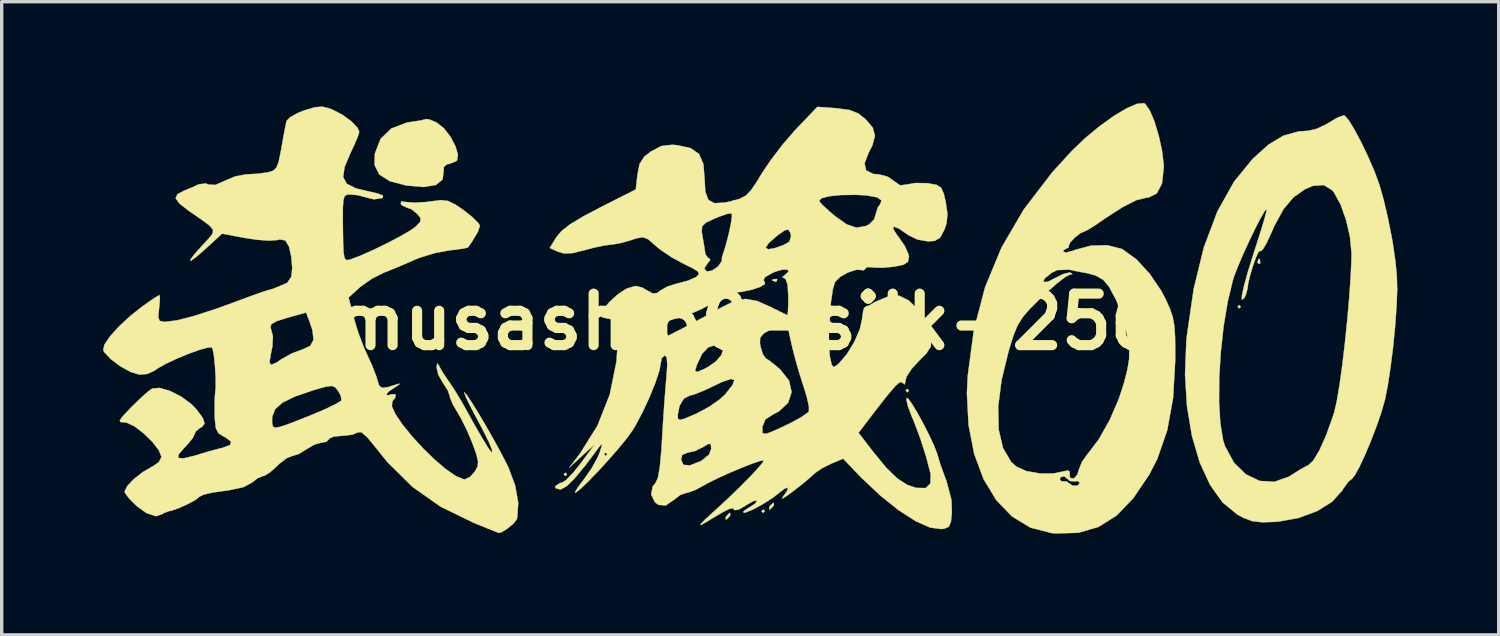
<source format=kicad_pcb>
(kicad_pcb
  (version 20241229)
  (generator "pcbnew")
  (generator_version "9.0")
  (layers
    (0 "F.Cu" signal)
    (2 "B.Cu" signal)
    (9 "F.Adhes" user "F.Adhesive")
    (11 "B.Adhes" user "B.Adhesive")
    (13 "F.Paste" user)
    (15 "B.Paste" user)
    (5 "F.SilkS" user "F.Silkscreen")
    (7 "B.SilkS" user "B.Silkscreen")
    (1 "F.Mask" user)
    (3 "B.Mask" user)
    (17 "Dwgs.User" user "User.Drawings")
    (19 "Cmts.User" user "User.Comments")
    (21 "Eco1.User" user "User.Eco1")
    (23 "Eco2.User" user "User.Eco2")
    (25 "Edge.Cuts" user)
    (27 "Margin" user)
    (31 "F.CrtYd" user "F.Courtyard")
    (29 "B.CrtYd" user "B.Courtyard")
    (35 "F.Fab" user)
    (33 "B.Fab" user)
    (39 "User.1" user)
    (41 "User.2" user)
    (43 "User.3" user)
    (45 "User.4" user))
  (footprint "musashi60-silk-256"
    (layer "F.Cu")
    (at 19.093 6.476)
    (property "Reference" "musashi60-silk-256" (at 0 0 0) (layer "F.SilkS") (effects (font (size 1.524 1.524) (thickness 0.3))))
    (attr through_hole)
    (fp_poly (pts (xy -5.358 4.514) (xy -5.407 4.564) (xy -5.457 4.514) (xy -5.407 4.465) (xy -5.358 4.514)) (stroke (width 0.01) (type solid)) (fill yes) (layer "F.SilkS"))
    (fp_poly (pts (xy 0.496 5.606) (xy 0.446 5.655) (xy 0.397 5.606) (xy 0.446 5.556) (xy 0.496 5.606)) (stroke (width 0.01) (type solid)) (fill yes) (layer "F.SilkS"))
    (fp_poly (pts (xy 4.763 2.034) (xy 4.713 2.084) (xy 4.663 2.034) (xy 4.713 1.984) (xy 4.763 2.034)) (stroke (width 0.01) (type solid)) (fill yes) (layer "F.SilkS"))
    (fp_poly (pts (xy 14.585 -0.446) (xy 14.536 -0.397) (xy 14.486 -0.446) (xy 14.536 -0.496) (xy 14.585 -0.446)) (stroke (width 0.01) (type solid)) (fill yes) (layer "F.SilkS"))
    (fp_poly (pts (xy 0.86 -1.257) (xy 0.846 -1.198) (xy 0.794 -1.191) (xy 0.712 -1.227) (xy 0.728 -1.257) (xy 0.845 -1.269) (xy 0.86 -1.257)) (stroke (width 0.01) (type solid)) (fill yes) (layer "F.SilkS"))
    (fp_poly (pts (xy 15.147 -1.852) (xy 15.159 -1.734) (xy 15.147 -1.72) (xy 15.088 -1.733) (xy 15.081 -1.786) (xy 15.118 -1.868) (xy 15.147 -1.852)) (stroke (width 0.01) (type solid)) (fill yes) (layer "F.SilkS"))
    (fp_poly (pts (xy -0.527 5.72) (xy -0.546 5.755) (xy -0.639 5.849) (xy -0.657 5.854) (xy -0.663 5.79) (xy -0.645 5.755) (xy -0.551 5.66) (xy -0.534 5.655) (xy -0.527 5.72)) (stroke (width 0.01) (type solid)) (fill yes) (layer "F.SilkS"))
    (fp_poly (pts (xy 0.763 5.422) (xy 0.744 5.457) (xy 0.651 5.552) (xy 0.633 5.556) (xy 0.626 5.492) (xy 0.645 5.457) (xy 0.738 5.362) (xy 0.756 5.358) (xy 0.763 5.422)) (stroke (width 0.01) (type solid)) (fill yes) (layer "F.SilkS"))
    (fp_poly (pts (xy -9.435 -5.991) (xy -9.232 -5.906) (xy -9.214 -5.897) (xy -9.003 -5.729) (xy -8.811 -5.481) (xy -8.664 -5.204) (xy -8.589 -4.954) (xy -8.613 -4.782) (xy -8.641 -4.755) (xy -8.842 -4.674) (xy -8.911 -4.665) (xy -9.005 -4.584) (xy -9.01 -4.48) (xy -9.042 -4.214) (xy -9.24 -4.051) (xy -9.602 -3.991) (xy -10.12 -4.036) (xy -10.607 -4.164) (xy -10.916 -4.361) (xy -11.057 -4.641) (xy -11.048 -4.978) (xy -10.878 -5.416) (xy -10.559 -5.724) (xy -10.096 -5.899) (xy -9.926 -5.925) (xy -9.685 -5.961) (xy -9.547 -5.999) (xy -9.541 -6.003) (xy -9.435 -5.991)) (stroke (width 0.01) (type solid)) (fill yes) (layer "F.SilkS"))
    (fp_poly (pts (xy 17.66 -6.103) (xy 17.781 -5.963) (xy 17.953 -5.683) (xy 18.151 -5.309) (xy 18.354 -4.886) (xy 18.539 -4.458) (xy 18.682 -4.071) (xy 18.686 -4.06) (xy 18.808 -3.631) (xy 18.935 -3.092) (xy 19.047 -2.53) (xy 19.094 -2.256) (xy 19.163 -1.768) (xy 19.203 -1.352) (xy 19.213 -0.941) (xy 19.195 -0.47) (xy 19.152 0.127) (xy 19.148 0.175) (xy 19.09 0.76) (xy 19.015 1.353) (xy 18.934 1.886) (xy 18.855 2.291) (xy 18.852 2.301) (xy 18.751 2.659) (xy 18.608 3.076) (xy 18.44 3.514) (xy 18.264 3.932) (xy 18.098 4.289) (xy 17.958 4.545) (xy 17.862 4.661) (xy 17.851 4.663) (xy 17.76 4.741) (xy 17.622 4.933) (xy 17.582 4.998) (xy 17.288 5.325) (xy 16.845 5.601) (xy 16.298 5.804) (xy 15.694 5.914) (xy 15.598 5.921) (xy 15.204 5.933) (xy 14.922 5.899) (xy 14.666 5.803) (xy 14.482 5.704) (xy 14.046 5.347) (xy 13.673 4.825) (xy 13.367 4.16) (xy 13.138 3.378) (xy 12.991 2.503) (xy 12.983 2.378) (xy 13.941 2.378) (xy 13.978 3.006) (xy 14.061 3.503) (xy 14.116 3.681) (xy 14.383 4.169) (xy 14.736 4.516) (xy 15.145 4.709) (xy 15.58 4.734) (xy 16.013 4.58) (xy 16.084 4.534) (xy 16.339 4.373) (xy 16.546 4.26) (xy 16.579 4.246) (xy 16.731 4.104) (xy 16.912 3.8) (xy 17.106 3.367) (xy 17.297 2.837) (xy 17.355 2.653) (xy 17.427 2.339) (xy 17.506 1.868) (xy 17.587 1.284) (xy 17.665 0.629) (xy 17.735 -0.055) (xy 17.794 -0.726) (xy 17.837 -1.342) (xy 17.859 -1.86) (xy 17.861 -2.034) (xy 17.817 -2.506) (xy 17.702 -3.008) (xy 17.538 -3.471) (xy 17.346 -3.824) (xy 17.29 -3.894) (xy 17.042 -4.048) (xy 16.722 -4.026) (xy 16.49 -3.929) (xy 16.144 -3.688) (xy 15.85 -3.339) (xy 15.58 -2.844) (xy 15.487 -2.634) (xy 15.347 -2.331) (xy 15.232 -2.138) (xy 15.164 -2.088) (xy 15.158 -2.098) (xy 15.114 -2.077) (xy 15.038 -1.917) (xy 14.949 -1.672) (xy 14.865 -1.396) (xy 14.803 -1.141) (xy 14.782 -0.977) (xy 14.727 -0.783) (xy 14.677 -0.695) (xy 14.616 -0.651) (xy 14.617 -0.778) (xy 14.678 -1.059) (xy 14.793 -1.477) (xy 14.96 -2.018) (xy 15.043 -2.272) (xy 15.177 -2.691) (xy 15.28 -3.034) (xy 15.341 -3.262) (xy 15.35 -3.336) (xy 15.29 -3.276) (xy 15.172 -3.074) (xy 15.015 -2.771) (xy 14.84 -2.407) (xy 14.664 -2.024) (xy 14.508 -1.661) (xy 14.391 -1.36) (xy 14.352 -1.24) (xy 14.196 -0.594) (xy 14.075 0.134) (xy 13.991 0.9) (xy 13.945 1.662) (xy 13.941 2.378) (xy 12.983 2.378) (xy 12.933 1.559) (xy 12.972 0.571) (xy 12.987 0.416) (xy 13.191 -0.982) (xy 13.491 -2.207) (xy 13.889 -3.263) (xy 14.385 -4.15) (xy 14.938 -4.827) (xy 15.409 -5.249) (xy 15.847 -5.512) (xy 16.297 -5.636) (xy 16.58 -5.655) (xy 16.824 -5.711) (xy 17.118 -5.849) (xy 17.207 -5.905) (xy 17.446 -6.045) (xy 17.621 -6.107) (xy 17.66 -6.103)) (stroke (width 0.01) (type solid)) (fill yes) (layer "F.SilkS"))
    (fp_poly (pts (xy 11.756 -6.45) (xy 11.892 -6.254) (xy 12.032 -5.919) (xy 12.157 -5.502) (xy 12.253 -5.063) (xy 12.301 -4.659) (xy 12.303 -4.56) (xy 12.252 -4.096) (xy 12.099 -3.801) (xy 11.844 -3.676) (xy 11.769 -3.671) (xy 11.493 -3.602) (xy 11.09 -3.398) (xy 10.574 -3.066) (xy 10.501 -3.015) (xy 10.235 -2.834) (xy 10.037 -2.713) (xy 9.963 -2.679) (xy 9.834 -2.623) (xy 9.669 -2.493) (xy 9.534 -2.349) (xy 9.491 -2.251) (xy 9.495 -2.246) (xy 9.482 -2.188) (xy 9.442 -2.183) (xy 9.333 -2.116) (xy 9.327 -2.082) (xy 9.407 -2.05) (xy 9.616 -2.104) (xy 9.686 -2.132) (xy 10.157 -2.257) (xy 10.641 -2.266) (xy 11.057 -2.159) (xy 11.093 -2.141) (xy 11.486 -1.856) (xy 11.879 -1.432) (xy 12.225 -0.926) (xy 12.372 -0.645) (xy 12.492 -0.374) (xy 12.571 -0.137) (xy 12.617 0.118) (xy 12.639 0.445) (xy 12.644 0.895) (xy 12.643 1.141) (xy 12.581 2.251) (xy 12.405 3.216) (xy 12.112 4.06) (xy 11.875 4.52) (xy 11.402 5.221) (xy 10.907 5.734) (xy 10.371 6.071) (xy 9.775 6.244) (xy 9.1 6.263) (xy 8.979 6.252) (xy 8.357 6.092) (xy 7.809 5.76) (xy 7.343 5.274) (xy 6.978 4.669) (xy 9.227 4.669) (xy 9.287 4.73) (xy 9.32 4.717) (xy 9.447 4.73) (xy 9.474 4.761) (xy 9.6 4.847) (xy 9.749 4.85) (xy 9.823 4.767) (xy 9.823 4.766) (xy 9.751 4.709) (xy 9.684 4.723) (xy 9.523 4.712) (xy 9.48 4.67) (xy 9.357 4.572) (xy 9.249 4.599) (xy 9.227 4.669) (xy 6.978 4.669) (xy 6.967 4.651) (xy 6.692 3.906) (xy 6.526 3.057) (xy 6.497 2.512) (xy 7.402 2.512) (xy 7.417 3.188) (xy 7.547 3.738) (xy 7.788 4.147) (xy 7.941 4.286) (xy 8.237 4.418) (xy 8.634 4.488) (xy 9.041 4.488) (xy 9.304 4.432) (xy 9.469 4.399) (xy 9.516 4.433) (xy 9.526 4.617) (xy 9.64 4.642) (xy 9.745 4.524) (xy 9.789 4.381) (xy 9.881 4.145) (xy 10.028 3.94) (xy 10.371 3.491) (xy 10.699 2.914) (xy 10.975 2.276) (xy 11.12 1.832) (xy 11.228 1.411) (xy 11.279 1.099) (xy 11.28 0.818) (xy 11.234 0.489) (xy 11.218 0.397) (xy 11.084 -0.145) (xy 10.897 -0.643) (xy 10.681 -1.042) (xy 10.516 -1.241) (xy 10.297 -1.367) (xy 10.063 -1.435) (xy 9.739 -1.494) (xy 9.5 -1.546) (xy 9.151 -1.531) (xy 8.979 -1.448) (xy 8.773 -1.278) (xy 8.741 -1.179) (xy 8.864 -1.183) (xy 9.079 -1.29) (xy 9.325 -1.414) (xy 9.515 -1.46) (xy 9.55 -1.455) (xy 9.6 -1.41) (xy 9.522 -1.397) (xy 9.389 -1.328) (xy 9.155 -1.148) (xy 8.86 -0.89) (xy 8.676 -0.717) (xy 8.348 -0.392) (xy 8.128 -0.138) (xy 7.976 0.107) (xy 7.854 0.406) (xy 7.724 0.823) (xy 7.717 0.846) (xy 7.502 1.726) (xy 7.402 2.512) (xy 6.497 2.512) (xy 6.477 2.12) (xy 6.501 1.603) (xy 6.683 0.24) (xy 7.013 -1.019) (xy 7.501 -2.199) (xy 8.158 -3.323) (xy 8.995 -4.416) (xy 9.568 -5.045) (xy 9.975 -5.436) (xy 10.404 -5.791) (xy 10.823 -6.092) (xy 11.202 -6.319) (xy 11.51 -6.452) (xy 11.717 -6.471) (xy 11.756 -6.45)) (stroke (width 0.01) (type solid)) (fill yes) (layer "F.SilkS"))
    (fp_poly (pts (xy -12.386 -6.315) (xy -12.304 -6.283) (xy -12.005 -6.127) (xy -11.737 -5.93) (xy -11.556 -5.738) (xy -11.509 -5.623) (xy -11.55 -5.488) (xy -11.656 -5.236) (xy -11.768 -4.997) (xy -11.945 -4.578) (xy -11.986 -4.285) (xy -11.878 -4.086) (xy -11.608 -3.951) (xy -11.291 -3.874) (xy -10.96 -3.799) (xy -10.807 -3.737) (xy -10.811 -3.677) (xy -10.836 -3.661) (xy -11.077 -3.626) (xy -11.26 -3.671) (xy -11.55 -3.748) (xy -11.763 -3.77) (xy -11.872 -3.764) (xy -11.941 -3.72) (xy -11.979 -3.603) (xy -11.994 -3.376) (xy -11.995 -3.003) (xy -11.993 -2.775) (xy -11.986 -2.325) (xy -11.972 -2.039) (xy -11.943 -1.885) (xy -11.891 -1.828) (xy -11.808 -1.835) (xy -11.771 -1.847) (xy -11.475 -1.958) (xy -11.095 -2.127) (xy -10.686 -2.326) (xy -10.303 -2.527) (xy -10 -2.702) (xy -9.848 -2.809) (xy -9.701 -2.962) (xy -9.696 -3.074) (xy -9.789 -3.192) (xy -9.964 -3.333) (xy -10.08 -3.373) (xy -10.246 -3.448) (xy -10.278 -3.487) (xy -10.271 -3.561) (xy -10.11 -3.545) (xy -9.871 -3.527) (xy -9.539 -3.546) (xy -9.383 -3.567) (xy -9.093 -3.602) (xy -8.881 -3.578) (xy -8.665 -3.473) (xy -8.416 -3.302) (xy -8.159 -3.099) (xy -7.986 -2.927) (xy -7.938 -2.841) (xy -7.999 -2.661) (xy -8.17 -2.375) (xy -8.291 -2.201) (xy -8.394 -2.175) (xy -8.634 -2.139) (xy -8.845 -2.115) (xy -9.268 -2.036) (xy -9.712 -1.901) (xy -9.872 -1.837) (xy -10.249 -1.672) (xy -10.632 -1.514) (xy -10.778 -1.457) (xy -11.127 -1.282) (xy -11.458 -1.051) (xy -11.506 -1.01) (xy -11.825 -0.719) (xy -11.669 -0.113) (xy -11.541 0.311) (xy -11.378 0.743) (xy -11.278 0.966) (xy -11.126 1.297) (xy -11.008 1.605) (xy -10.973 1.722) (xy -10.921 1.887) (xy -10.835 1.955) (xy -10.664 1.934) (xy -10.368 1.84) (xy -10.305 1.835) (xy -10.402 1.907) (xy -10.443 1.932) (xy -10.638 2.064) (xy -10.714 2.155) (xy -10.654 2.174) (xy -10.567 2.147) (xy -10.437 2.14) (xy -10.442 2.243) (xy -10.53 2.354) (xy -10.545 2.499) (xy -10.433 2.741) (xy -10.223 3.049) (xy -9.941 3.395) (xy -9.616 3.749) (xy -9.273 4.082) (xy -8.941 4.364) (xy -8.646 4.567) (xy -8.417 4.66) (xy -8.381 4.663) (xy -8.227 4.587) (xy -8.087 4.429) (xy -8.008 4.284) (xy -7.992 4.134) (xy -8.043 3.92) (xy -8.153 3.611) (xy -8.312 3.23) (xy -8.491 2.869) (xy -8.601 2.681) (xy -8.746 2.432) (xy -8.825 2.237) (xy -8.83 2.2) (xy -8.888 2.032) (xy -9.027 1.816) (xy -9.029 1.813) (xy -9.168 1.57) (xy -9.22 1.351) (xy -9.2 1.226) (xy -9.154 1.29) (xy -9.059 1.467) (xy -8.901 1.704) (xy -8.877 1.736) (xy -8.7 1.999) (xy -8.493 2.34) (xy -8.385 2.53) (xy -8.104 3.036) (xy -7.87 3.441) (xy -7.697 3.724) (xy -7.598 3.86) (xy -7.584 3.87) (xy -7.577 3.794) (xy -7.67 3.563) (xy -7.865 3.172) (xy -8.062 2.803) (xy -8.234 2.474) (xy -8.355 2.225) (xy -8.404 2.094) (xy -8.402 2.084) (xy -8.327 2.165) (xy -8.181 2.383) (xy -7.984 2.701) (xy -7.759 3.082) (xy -7.528 3.488) (xy -7.312 3.881) (xy -7.135 4.225) (xy -7.091 4.316) (xy -6.894 4.846) (xy -6.804 5.356) (xy -6.831 5.786) (xy -6.849 5.85) (xy -6.945 5.972) (xy -7.122 6.118) (xy -7.298 6.227) (xy -7.378 6.248) (xy -7.47 6.212) (xy -7.7 6.12) (xy -8.024 5.988) (xy -8.121 5.949) (xy -9.098 5.473) (xy -9.935 4.885) (xy -10.674 4.154) (xy -11.007 3.741) (xy -11.267 3.423) (xy -11.443 3.269) (xy -11.545 3.27) (xy -11.706 3.338) (xy -11.969 3.372) (xy -12.025 3.373) (xy -12.266 3.397) (xy -12.396 3.454) (xy -12.402 3.473) (xy -12.486 3.552) (xy -12.61 3.572) (xy -12.834 3.632) (xy -13.07 3.77) (xy -13.297 3.911) (xy -13.489 3.969) (xy -13.659 4.036) (xy -13.878 4.205) (xy -13.94 4.266) (xy -14.149 4.454) (xy -14.321 4.557) (xy -14.356 4.564) (xy -14.52 4.629) (xy -14.671 4.75) (xy -14.935 4.893) (xy -15.39 4.99) (xy -15.514 5.005) (xy -15.856 5.054) (xy -16.114 5.114) (xy -16.228 5.169) (xy -16.353 5.268) (xy -16.588 5.396) (xy -16.855 5.516) (xy -17.077 5.592) (xy -17.133 5.601) (xy -17.303 5.664) (xy -17.323 5.682) (xy -17.526 5.754) (xy -17.807 5.661) (xy -18.104 5.447) (xy -18.313 5.24) (xy -18.438 5.07) (xy -18.455 5.019) (xy -18.377 4.861) (xy -18.181 4.655) (xy -17.922 4.45) (xy -17.654 4.295) (xy -17.636 4.287) (xy -17.441 4.152) (xy -17.363 3.999) (xy -17.44 3.803) (xy -17.633 3.553) (xy -17.892 3.3) (xy -18.162 3.094) (xy -18.393 2.984) (xy -18.446 2.977) (xy -18.571 2.968) (xy -18.599 2.92) (xy -18.516 2.801) (xy -18.308 2.58) (xy -18.252 2.522) (xy -17.993 2.269) (xy -17.767 2.068) (xy -17.643 1.977) (xy -17.424 1.955) (xy -17.118 2.042) (xy -16.782 2.211) (xy -16.476 2.437) (xy -16.34 2.576) (xy -16.141 2.841) (xy -16.085 3.01) (xy -16.166 3.113) (xy -16.222 3.139) (xy -16.355 3.25) (xy -16.374 3.31) (xy -16.441 3.445) (xy -16.607 3.646) (xy -16.678 3.719) (xy -16.855 3.922) (xy -16.869 4.029) (xy -16.715 4.042) (xy -16.389 3.964) (xy -16.297 3.936) (xy -15.956 3.834) (xy -15.647 3.75) (xy -15.553 3.728) (xy -15.33 3.645) (xy -15.306 3.541) (xy -15.478 3.415) (xy -15.528 3.391) (xy -15.676 3.298) (xy -15.753 3.152) (xy -15.783 2.892) (xy -15.783 2.883) (xy -14.089 2.883) (xy -14.087 3.02) (xy -14.062 3.105) (xy -13.984 3.133) (xy -13.824 3.102) (xy -13.553 3.006) (xy -13.142 2.844) (xy -12.861 2.731) (xy -12.498 2.576) (xy -12.214 2.438) (xy -12.053 2.34) (xy -12.034 2.317) (xy -12.062 2.173) (xy -12.141 2.035) (xy -12.225 1.936) (xy -12.324 1.897) (xy -12.49 1.917) (xy -12.777 1.997) (xy -12.886 2.03) (xy -13.422 2.214) (xy -13.785 2.393) (xy -13.998 2.585) (xy -14.084 2.806) (xy -14.089 2.883) (xy -15.783 2.883) (xy -15.788 2.755) (xy -15.79 2.441) (xy -15.783 2.206) (xy -15.776 2.133) (xy -15.758 1.936) (xy -15.761 1.637) (xy -15.78 1.304) (xy -15.791 1.199) (xy -14.166 1.199) (xy -14.117 1.275) (xy -13.956 1.204) (xy -13.803 1.1) (xy -13.51 0.937) (xy -13.192 0.818) (xy -12.958 0.71) (xy -12.862 0.529) (xy -12.897 0.241) (xy -12.983 -0.013) (xy -13.083 -0.275) (xy -13.64 -0.12) (xy -13.958 -0.019) (xy -14.112 0.07) (xy -14.137 0.167) (xy -14.128 0.191) (xy -14.065 0.429) (xy -14.08 0.722) (xy -14.129 0.967) (xy -14.166 1.199) (xy -15.791 1.199) (xy -15.811 1.004) (xy -15.849 0.803) (xy -15.868 0.761) (xy -15.99 0.761) (xy -16.238 0.829) (xy -16.562 0.946) (xy -16.911 1.09) (xy -17.235 1.242) (xy -17.482 1.381) (xy -17.568 1.444) (xy -17.78 1.542) (xy -18.016 1.563) (xy -18.276 1.484) (xy -18.583 1.314) (xy -18.867 1.102) (xy -19.058 0.895) (xy -19.088 0.838) (xy -19.054 0.677) (xy -18.89 0.433) (xy -18.624 0.138) (xy -18.287 -0.174) (xy -17.934 -0.453) (xy -17.675 -0.636) (xy -17.487 -0.759) (xy -17.422 -0.794) (xy -17.409 -0.707) (xy -17.424 -0.489) (xy -17.435 -0.397) (xy -17.459 -0.143) (xy -17.42 -0.03) (xy -17.294 -0.001) (xy -17.249 0) (xy -16.901 -0.045) (xy -16.391 -0.176) (xy -15.735 -0.389) (xy -15.18 -0.591) (xy -14.788 -0.737) (xy -14.457 -0.856) (xy -14.236 -0.93) (xy -14.188 -0.943) (xy -14.041 -0.984) (xy -14.015 -0.997) (xy -13.915 -1.038) (xy -13.643 -1.153) (xy -13.519 -1.335) (xy -13.494 -1.592) (xy -13.52 -1.919) (xy -13.584 -2.208) (xy -13.591 -2.228) (xy -13.696 -2.41) (xy -13.859 -2.439) (xy -13.95 -2.419) (xy -14.181 -2.404) (xy -14.527 -2.428) (xy -14.892 -2.482) (xy -15.571 -2.61) (xy -16.019 -2.198) (xy -16.316 -1.936) (xy -16.483 -1.812) (xy -16.516 -1.826) (xy -16.41 -1.974) (xy -16.168 -2.249) (xy -15.967 -2.462) (xy -15.852 -2.607) (xy -15.837 -2.722) (xy -15.935 -2.845) (xy -16.161 -3.014) (xy -16.527 -3.267) (xy -16.545 -3.279) (xy -16.83 -3.499) (xy -16.944 -3.657) (xy -16.893 -3.777) (xy -16.694 -3.882) (xy -16.437 -3.989) (xy -16.263 -4.07) (xy -16.055 -4.095) (xy -15.966 -4.063) (xy -15.768 -4.052) (xy -15.498 -4.171) (xy -15.185 -4.304) (xy -14.864 -4.365) (xy -14.84 -4.366) (xy -14.504 -4.384) (xy -14.22 -4.424) (xy -14.062 -4.47) (xy -13.962 -4.562) (xy -13.892 -4.747) (xy -13.826 -5.073) (xy -13.814 -5.143) (xy -13.75 -5.502) (xy -13.694 -5.793) (xy -13.662 -5.947) (xy -13.554 -6.059) (xy -13.317 -6.187) (xy -13.138 -6.257) (xy -12.824 -6.351) (xy -12.603 -6.37) (xy -12.386 -6.315)) (stroke (width 0.01) (type solid)) (fill yes) (layer "F.SilkS"))
    (fp_poly (pts (xy 2.617 -6.321) (xy 2.996 -6.272) (xy 3.26 -6.169) (xy 3.477 -5.999) (xy 3.692 -5.745) (xy 3.756 -5.503) (xy 3.675 -5.212) (xy 3.568 -5.004) (xy 3.447 -4.69) (xy 3.494 -4.481) (xy 3.708 -4.377) (xy 3.866 -4.366) (xy 4.136 -4.296) (xy 4.31 -4.173) (xy 4.501 -4.04) (xy 4.709 -4.067) (xy 4.953 -4.109) (xy 5.271 -4.105) (xy 5.339 -4.098) (xy 5.581 -4.054) (xy 5.715 -3.97) (xy 5.794 -3.789) (xy 5.848 -3.556) (xy 5.902 -3.191) (xy 5.873 -2.908) (xy 5.809 -2.725) (xy 5.685 -2.492) (xy 5.527 -2.397) (xy 5.327 -2.381) (xy 5.015 -2.435) (xy 4.751 -2.563) (xy 4.473 -2.755) (xy 4.316 -2.818) (xy 4.292 -2.755) (xy 4.41 -2.567) (xy 4.458 -2.507) (xy 4.64 -2.242) (xy 4.749 -1.999) (xy 4.763 -1.918) (xy 4.731 -1.776) (xy 4.601 -1.691) (xy 4.325 -1.633) (xy 4.315 -1.632) (xy 3.997 -1.601) (xy 3.733 -1.606) (xy 3.67 -1.616) (xy 3.513 -1.619) (xy 3.473 -1.572) (xy 3.413 -1.519) (xy 3.385 -1.531) (xy 3.211 -1.543) (xy 2.963 -1.464) (xy 2.723 -1.33) (xy 2.573 -1.177) (xy 2.509 -0.963) (xy 2.456 -0.61) (xy 2.416 -0.177) (xy 2.394 0.276) (xy 2.393 0.691) (xy 2.418 1.008) (xy 2.423 1.037) (xy 2.475 1.272) (xy 2.534 1.341) (xy 2.639 1.275) (xy 2.684 1.235) (xy 2.923 0.957) (xy 3.143 0.595) (xy 3.306 0.225) (xy 3.373 -0.078) (xy 3.373 -0.09) (xy 3.405 -0.302) (xy 3.532 -0.455) (xy 3.766 -0.593) (xy 4.163 -0.757) (xy 4.473 -0.773) (xy 4.754 -0.633) (xy 4.999 -0.397) (xy 5.202 -0.141) (xy 5.333 0.081) (xy 5.359 0.174) (xy 5.386 0.415) (xy 5.417 0.559) (xy 5.41 0.73) (xy 5.281 0.931) (xy 5.069 1.145) (xy 4.842 1.39) (xy 4.694 1.618) (xy 4.662 1.727) (xy 4.637 1.854) (xy 4.584 1.815) (xy 4.537 1.779) (xy 4.461 1.808) (xy 4.339 1.922) (xy 4.152 2.142) (xy 3.88 2.485) (xy 3.595 2.857) (xy 3.269 3.283) (xy 3.719 3.867) (xy 4.097 4.326) (xy 4.417 4.637) (xy 4.715 4.827) (xy 4.978 4.915) (xy 5.257 4.92) (xy 5.398 4.781) (xy 5.402 4.5) (xy 5.394 4.466) (xy 5.268 3.986) (xy 5.092 3.438) (xy 4.902 2.932) (xy 4.843 2.796) (xy 4.737 2.518) (xy 4.687 2.308) (xy 4.69 2.253) (xy 4.746 2.281) (xy 4.864 2.448) (xy 5.022 2.712) (xy 5.197 3.032) (xy 5.366 3.366) (xy 5.508 3.672) (xy 5.6 3.91) (xy 5.616 3.969) (xy 5.687 4.207) (xy 5.803 4.53) (xy 5.867 4.694) (xy 6.019 5.266) (xy 6.033 5.636) (xy 6.003 5.921) (xy 5.941 6.065) (xy 5.809 6.122) (xy 5.724 6.134) (xy 5.387 6.089) (xy 4.958 5.898) (xy 4.46 5.579) (xy 3.918 5.146) (xy 3.355 4.616) (xy 3.224 4.481) (xy 2.814 4.05) (xy 2.469 4.194) (xy 2.2 4.328) (xy 1.996 4.464) (xy 1.98 4.478) (xy 1.792 4.647) (xy 1.564 4.835) (xy 1.334 5.014) (xy 1.14 5.155) (xy 1.018 5.23) (xy 1.007 5.212) (xy 1.017 5.199) (xy 1.16 4.999) (xy 1.178 4.905) (xy 1.076 4.94) (xy 0.967 5.026) (xy 0.722 5.215) (xy 0.424 5.405) (xy 0.135 5.56) (xy -0.081 5.645) (xy -0.13 5.651) (xy -0.137 5.61) (xy 0.0003 5.513) (xy 0.034 5.495) (xy 0.211 5.377) (xy 0.266 5.294) (xy 0.263 5.29) (xy 0.156 5.306) (xy -0.039 5.415) (xy -0.085 5.447) (xy -0.283 5.559) (xy -0.403 5.574) (xy -0.413 5.56) (xy -0.454 5.518) (xy -0.553 5.537) (xy -0.74 5.628) (xy -1.046 5.808) (xy -1.259 5.938) (xy -1.402 6.017) (xy -1.409 5.99) (xy -1.273 5.851) (xy -0.992 5.594) (xy -0.638 5.269) (xy -0.291 4.936) (xy 0.021 4.623) (xy 0.269 4.36) (xy 0.425 4.176) (xy 0.463 4.101) (xy 0.358 4.117) (xy 0.121 4.197) (xy -0.199 4.323) (xy -0.555 4.473) (xy -0.898 4.628) (xy -1.18 4.768) (xy -1.302 4.837) (xy -1.564 4.977) (xy -1.779 5.055) (xy -1.822 5.06) (xy -2.009 5.126) (xy -2.183 5.259) (xy -2.433 5.434) (xy -2.653 5.418) (xy -2.758 5.338) (xy -2.869 5.11) (xy -2.823 4.87) (xy -2.744 4.775) (xy -2.671 4.621) (xy -2.611 4.286) (xy -2.591 4.068) (xy -1.984 4.068) (xy -1.918 4.232) (xy -1.719 4.248) (xy -1.387 4.117) (xy -1.384 4.115) (xy -1.156 3.931) (xy -1.091 3.756) (xy -1.105 3.619) (xy -1.18 3.615) (xy -1.336 3.709) (xy -1.585 3.829) (xy -1.782 3.87) (xy -1.951 3.938) (xy -1.984 4.068) (xy -2.591 4.068) (xy -2.564 3.763) (xy -2.548 3.498) (xy -2.516 2.953) (xy -2.503 2.766) (xy -2.084 2.766) (xy -2.084 2.766) (xy -2.074 2.87) (xy -2.016 2.904) (xy -1.87 2.863) (xy -1.594 2.744) (xy -1.513 2.708) (xy -1.156 2.516) (xy -0.835 2.292) (xy -0.674 2.143) (xy -0.462 1.872) (xy -0.407 1.721) (xy -0.51 1.691) (xy -0.771 1.78) (xy -0.989 1.884) (xy -1.314 2.037) (xy -1.583 2.145) (xy -1.73 2.183) (xy -1.899 2.271) (xy -2.03 2.488) (xy -2.084 2.766) (xy -2.503 2.766) (xy -2.479 2.404) (xy -2.442 1.924) (xy -2.419 1.662) (xy -2.404 1.451) (xy -1.569 1.451) (xy -1.506 1.483) (xy -1.32 1.405) (xy -1.189 1.338) (xy -0.952 1.172) (xy -0.789 0.979) (xy -0.738 0.812) (xy -0.764 0.757) (xy -0.956 0.685) (xy -1.179 0.755) (xy -1.358 0.942) (xy -1.372 0.968) (xy -1.521 1.287) (xy -1.569 1.451) (xy -2.404 1.451) (xy -2.392 1.272) (xy -2.409 1.055) (xy -2.466 0.992) (xy -2.557 1.075) (xy -2.58 1.199) (xy -2.625 1.444) (xy -2.746 1.809) (xy -2.921 2.238) (xy -3.126 2.68) (xy -3.34 3.08) (xy -3.427 3.223) (xy -3.595 3.453) (xy -3.839 3.751) (xy -4.128 4.082) (xy -4.43 4.413) (xy -4.713 4.707) (xy -4.945 4.931) (xy -5.094 5.05) (xy -5.122 5.06) (xy -5.097 4.991) (xy -4.975 4.812) (xy -4.845 4.643) (xy -4.626 4.327) (xy -4.449 4.004) (xy -4.414 3.919) (xy -4.266 3.919) (xy -4.217 3.969) (xy -4.167 3.919) (xy -4.217 3.87) (xy -4.266 3.919) (xy -4.414 3.919) (xy -4.396 3.874) (xy -4.327 3.659) (xy -4.33 3.609) (xy -4.408 3.704) (xy -4.421 3.721) (xy -4.823 4.258) (xy -5.135 4.635) (xy -5.37 4.865) (xy -5.538 4.958) (xy -5.568 4.961) (xy -5.701 4.922) (xy -5.705 4.862) (xy -5.561 4.768) (xy -5.513 4.763) (xy -5.393 4.688) (xy -5.2 4.491) (xy -4.974 4.214) (xy -4.958 4.192) (xy -4.534 3.621) (xy -4.915 3.969) (xy -5.295 4.316) (xy -4.975 3.9) (xy -4.459 3.074) (xy -4.094 2.151) (xy -3.899 1.186) (xy -3.891 1.099) (xy -3.861 0.636) (xy 0.351 0.636) (xy 0.367 0.727) (xy 0.436 0.955) (xy 0.518 1.076) (xy 0.521 1.078) (xy 0.648 1.161) (xy 0.857 1.329) (xy 0.952 1.411) (xy 1.212 1.739) (xy 1.288 2.079) (xy 1.185 2.396) (xy 0.908 2.654) (xy 0.758 2.729) (xy 0.51 2.89) (xy 0.421 3.114) (xy 0.425 3.291) (xy 0.52 3.316) (xy 0.643 3.275) (xy 0.882 3.173) (xy 1.193 3.026) (xy 1.311 2.967) (xy 1.576 2.82) (xy 1.76 2.693) (xy 1.8 2.652) (xy 1.801 2.515) (xy 1.745 2.249) (xy 1.642 1.91) (xy 1.637 1.897) (xy 1.494 1.446) (xy 1.359 0.96) (xy 1.283 0.645) (xy 1.214 0.328) (xy 1.16 0.101) (xy 1.136 0.02) (xy 1.045 0.044) (xy 0.837 0.138) (xy 0.711 0.202) (xy 0.464 0.344) (xy 0.358 0.468) (xy 0.351 0.636) (xy -3.861 0.636) (xy -3.857 0.581) (xy -3.866 0.31) (xy -2.58 0.31) (xy -2.567 0.465) (xy -2.552 0.496) (xy -2.457 0.454) (xy -2.234 0.344) (xy -1.932 0.19) (xy -1.932 0.19) (xy -1.52 -0.027) (xy -1.086 -0.263) (xy -0.831 -0.405) (xy -0.422 -0.607) (xy -0.085 -0.678) (xy 0.255 -0.621) (xy 0.653 -0.447) (xy 0.925 -0.311) (xy 1.113 -0.221) (xy 1.166 -0.199) (xy 1.179 -0.288) (xy 1.188 -0.52) (xy 1.191 -0.744) (xy 1.17 -1.102) (xy 1.108 -1.273) (xy 1.067 -1.291) (xy 1.013 -1.324) (xy 1.089 -1.385) (xy 1.202 -1.491) (xy 1.162 -1.546) (xy 1.01 -1.544) (xy 0.787 -1.477) (xy 0.724 -1.449) (xy 0.5 -1.32) (xy 0.455 -1.228) (xy 0.489 -1.195) (xy 0.499 -1.121) (xy 0.36 -1.034) (xy 0.117 -0.952) (xy -0.181 -0.889) (xy -0.454 -0.863) (xy -0.68 -0.838) (xy -0.792 -0.787) (xy -0.794 -0.778) (xy -0.877 -0.676) (xy -1.091 -0.533) (xy -1.378 -0.379) (xy -1.685 -0.243) (xy -1.954 -0.154) (xy -1.984 -0.147) (xy -2.345 -0.036) (xy -2.534 0.124) (xy -2.58 0.31) (xy -3.866 0.31) (xy -3.868 0.23) (xy -3.93 0.018) (xy -4.049 -0.081) (xy -4.172 -0.099) (xy -4.331 -0.138) (xy -4.366 -0.191) (xy -4.292 -0.361) (xy -4.107 -0.585) (xy -3.866 -0.805) (xy -3.624 -0.968) (xy -3.574 -0.991) (xy -3.331 -1.062) (xy -3.133 -1.015) (xy -3.018 -0.947) (xy -2.823 -0.84) (xy -2.691 -0.853) (xy -2.596 -0.926) (xy -2.389 -1.044) (xy -2.1 -1.135) (xy -2.064 -1.143) (xy -1.772 -1.221) (xy -1.545 -1.323) (xy -1.527 -1.335) (xy -1.453 -1.413) (xy -1.487 -1.491) (xy -1.657 -1.596) (xy -1.894 -1.711) (xy -2.256 -1.907) (xy -2.595 -2.134) (xy -2.748 -2.261) (xy -2.957 -2.443) (xy -3.115 -2.506) (xy -3.309 -2.471) (xy -3.443 -2.425) (xy -3.749 -2.336) (xy -4.017 -2.288) (xy -4.053 -2.286) (xy -4.277 -2.257) (xy -4.603 -2.185) (xy -4.834 -2.123) (xy -5.198 -2.034) (xy -5.448 -2.023) (xy -5.626 -2.075) (xy -5.871 -2.186) (xy -5.674 -2.507) (xy -5.531 -2.678) (xy -1.374 -2.678) (xy -1.345 -2.504) (xy -1.297 -2.228) (xy -1.268 -2.029) (xy -1.266 -2.009) (xy -1.192 -1.894) (xy -1.154 -1.885) (xy -1.118 -1.834) (xy -1.171 -1.766) (xy -1.275 -1.62) (xy -1.29 -1.568) (xy -1.222 -1.491) (xy -1.069 -1.515) (xy -0.904 -1.626) (xy -0.88 -1.652) (xy -0.785 -1.786) (xy -0.775 -1.826) (xy -0.774 -1.911) (xy -0.75 -1.984) (xy -0.682 -2.195) (xy 0.52 -2.195) (xy 0.595 -2.147) (xy 0.805 -2.186) (xy 1.055 -2.276) (xy 1.218 -2.369) (xy 1.222 -2.373) (xy 1.272 -2.535) (xy 1.252 -2.634) (xy 1.193 -2.728) (xy 1.093 -2.713) (xy 0.9 -2.579) (xy 0.872 -2.558) (xy 0.613 -2.334) (xy 0.52 -2.195) (xy -0.682 -2.195) (xy -0.663 -2.255) (xy -0.58 -2.573) (xy -0.514 -2.879) (xy -0.478 -3.112) (xy -0.485 -3.215) (xy -0.604 -3.199) (xy -0.837 -3.12) (xy -0.98 -3.062) (xy -1.24 -2.941) (xy -1.358 -2.833) (xy -1.374 -2.678) (xy -5.531 -2.678) (xy -5.519 -2.692) (xy -5.261 -2.892) (xy -4.87 -3.126) (xy -4.401 -3.373) (xy -3.324 -3.919) (xy -3.274 -4.362) (xy -3.211 -4.676) (xy -3.074 -4.887) (xy -2.877 -5.041) (xy -2.569 -5.203) (xy -2.251 -5.241) (xy -2.104 -5.229) (xy -1.701 -5.142) (xy -1.45 -4.965) (xy -1.322 -4.665) (xy -1.29 -4.263) (xy -1.266 -3.852) (xy -1.177 -3.61) (xy -0.992 -3.512) (xy -0.683 -3.531) (xy -0.505 -3.57) (xy -0.479 -3.577) (xy 2.102 -3.577) (xy 2.103 -3.574) (xy 2.191 -3.471) (xy 2.385 -3.29) (xy 2.564 -3.136) (xy 2.916 -2.886) (xy 3.204 -2.788) (xy 3.476 -2.833) (xy 3.578 -2.881) (xy 3.734 -3.036) (xy 3.77 -3.159) (xy 3.837 -3.381) (xy 3.894 -3.457) (xy 3.952 -3.591) (xy 3.82 -3.686) (xy 3.496 -3.743) (xy 3.19 -3.759) (xy 2.749 -3.753) (xy 2.396 -3.717) (xy 2.169 -3.656) (xy 2.102 -3.577) (xy -0.479 -3.577) (xy -0.251 -3.641) (xy -0.069 -3.735) (xy 0.087 -3.894) (xy 0.267 -4.161) (xy 0.394 -4.373) (xy 0.668 -4.783) (xy 1.017 -5.241) (xy 1.374 -5.655) (xy 1.426 -5.71) (xy 2.05 -6.363) (xy 2.617 -6.321)) (stroke (width 0.01) (type solid)) (fill yes) (layer "F.SilkS")))
  (gr_rect
    (start -3 -3)
    (end 41.311 15.743)
    (stroke (width 0.1) (type default))
    (fill no)
    (layer "Edge.Cuts")))
</source>
